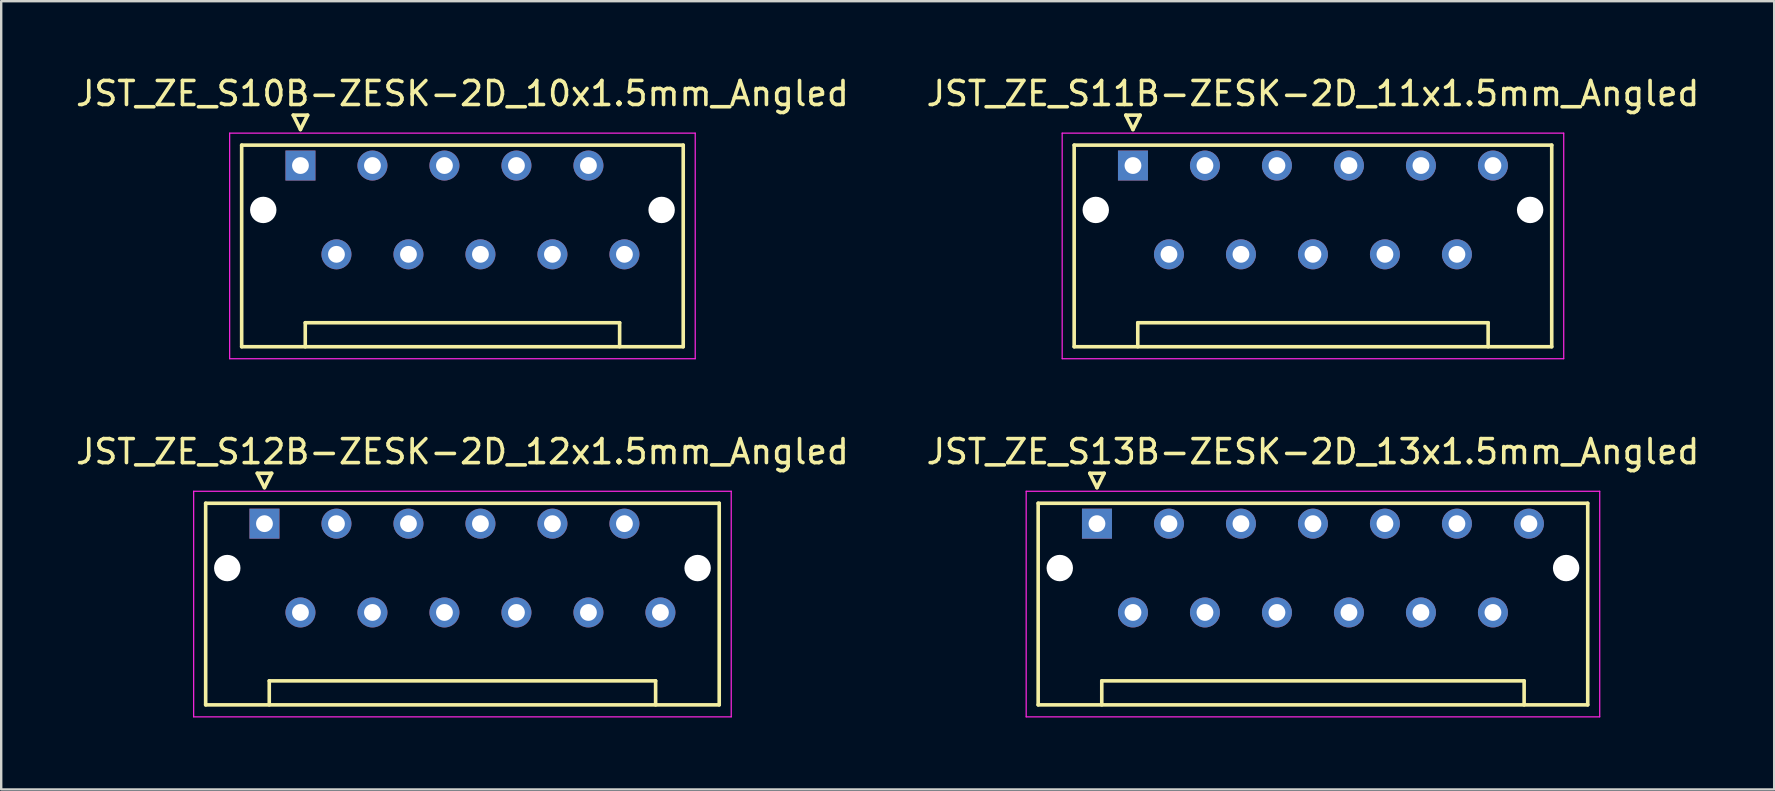
<source format=kicad_pcb>
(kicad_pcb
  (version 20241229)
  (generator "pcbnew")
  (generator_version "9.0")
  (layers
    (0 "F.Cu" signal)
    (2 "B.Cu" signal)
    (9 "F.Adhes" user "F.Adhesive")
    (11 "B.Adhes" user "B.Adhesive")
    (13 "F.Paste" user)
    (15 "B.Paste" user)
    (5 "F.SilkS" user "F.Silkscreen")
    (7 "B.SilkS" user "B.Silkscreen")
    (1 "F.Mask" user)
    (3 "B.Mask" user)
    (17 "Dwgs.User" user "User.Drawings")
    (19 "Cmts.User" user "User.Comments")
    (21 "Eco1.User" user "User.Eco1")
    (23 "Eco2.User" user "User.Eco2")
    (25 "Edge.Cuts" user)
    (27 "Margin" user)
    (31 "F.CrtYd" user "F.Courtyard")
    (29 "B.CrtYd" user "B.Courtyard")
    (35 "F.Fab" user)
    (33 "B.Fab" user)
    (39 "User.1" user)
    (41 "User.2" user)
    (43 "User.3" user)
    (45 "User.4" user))
  (footprint "JST_ZE_S13B-ZESK-2D_13x1.5mm_Angled"
    (layer "F.Cu")
    (at 42.661 18.771)
    (property "Reference" "JST_ZE_S13B-ZESK-2D_13x1.5mm_Angled" (at 9 -3 0) (layer "F.SilkS") (effects (font (size 1 1) (thickness 0.15))))
    (attr through_hole)
    (fp_line (start -2.45 -0.85) (end -2.45 7.55) (stroke (width 0.15) (type solid)) (layer "F.SilkS"))
    (fp_line (start -2.45 7.55) (end 20.45 7.55) (stroke (width 0.15) (type solid)) (layer "F.SilkS"))
    (fp_line (start -0.3 -2.1) (end 0.3 -2.1) (stroke (width 0.15) (type solid)) (layer "F.SilkS"))
    (fp_line (start 0 -1.5) (end -0.3 -2.1) (stroke (width 0.15) (type solid)) (layer "F.SilkS"))
    (fp_line (start 0.2 6.55) (end 17.8 6.55) (stroke (width 0.15) (type solid)) (layer "F.SilkS"))
    (fp_line (start 0.2 7.55) (end 0.2 6.55) (stroke (width 0.15) (type solid)) (layer "F.SilkS"))
    (fp_line (start 0.3 -2.1) (end 0 -1.5) (stroke (width 0.15) (type solid)) (layer "F.SilkS"))
    (fp_line (start 17.8 6.55) (end 17.8 7.55) (stroke (width 0.15) (type solid)) (layer "F.SilkS"))
    (fp_line (start 20.45 -0.85) (end -2.45 -0.85) (stroke (width 0.15) (type solid)) (layer "F.SilkS"))
    (fp_line (start 20.45 7.55) (end 20.45 -0.85) (stroke (width 0.15) (type solid)) (layer "F.SilkS"))
    (fp_line (start -2.95 -1.35) (end -2.95 8.05) (stroke (width 0.05) (type solid)) (layer "F.CrtYd"))
    (fp_line (start -2.95 8.05) (end 20.95 8.05) (stroke (width 0.05) (type solid)) (layer "F.CrtYd"))
    (fp_line (start 20.95 -1.35) (end -2.95 -1.35) (stroke (width 0.05) (type solid)) (layer "F.CrtYd"))
    (fp_line (start 20.95 8.05) (end 20.95 -1.35) (stroke (width 0.05) (type solid)) (layer "F.CrtYd"))
    (pad "" np_thru_hole circle (at -1.55 1.85) (size 1.1 1.1) (drill 1.1) (layers "*.Cu"))
    (pad "" np_thru_hole circle (at 19.55 1.85) (size 1.1 1.1) (drill 1.1) (layers "*.Cu"))
    (pad "1" thru_hole rect (at 0 0) (size 1.25 1.25) (drill 0.7) (layers "*.Cu" "*.Mask"))
    (pad "2" thru_hole circle (at 1.5 3.7) (size 1.25 1.25) (drill 0.7) (layers "*.Cu" "*.Mask"))
    (pad "3" thru_hole circle (at 3 0) (size 1.25 1.25) (drill 0.7) (layers "*.Cu" "*.Mask"))
    (pad "4" thru_hole circle (at 4.5 3.7) (size 1.25 1.25) (drill 0.7) (layers "*.Cu" "*.Mask"))
    (pad "5" thru_hole circle (at 6 0) (size 1.25 1.25) (drill 0.7) (layers "*.Cu" "*.Mask"))
    (pad "6" thru_hole circle (at 7.5 3.7) (size 1.25 1.25) (drill 0.7) (layers "*.Cu" "*.Mask"))
    (pad "7" thru_hole circle (at 9 0) (size 1.25 1.25) (drill 0.7) (layers "*.Cu" "*.Mask"))
    (pad "8" thru_hole circle (at 10.5 3.7) (size 1.25 1.25) (drill 0.7) (layers "*.Cu" "*.Mask"))
    (pad "9" thru_hole circle (at 12 0) (size 1.25 1.25) (drill 0.7) (layers "*.Cu" "*.Mask"))
    (pad "10" thru_hole circle (at 13.5 3.7) (size 1.25 1.25) (drill 0.7) (layers "*.Cu" "*.Mask"))
    (pad "11" thru_hole circle (at 15 0) (size 1.25 1.25) (drill 0.7) (layers "*.Cu" "*.Mask"))
    (pad "12" thru_hole circle (at 16.5 3.7) (size 1.25 1.25) (drill 0.7) (layers "*.Cu" "*.Mask"))
    (pad "13" thru_hole circle (at 18 0) (size 1.25 1.25) (drill 0.7) (layers "*.Cu" "*.Mask")))
  (footprint "JST_ZE_S11B-ZESK-2D_11x1.5mm_Angled"
    (layer "F.Cu")
    (at 44.161 3.848)
    (property "Reference" "JST_ZE_S11B-ZESK-2D_11x1.5mm_Angled" (at 7.5 -3 0) (layer "F.SilkS") (effects (font (size 1 1) (thickness 0.15))))
    (attr through_hole)
    (fp_line (start -2.45 -0.85) (end -2.45 7.55) (stroke (width 0.15) (type solid)) (layer "F.SilkS"))
    (fp_line (start -2.45 7.55) (end 17.45 7.55) (stroke (width 0.15) (type solid)) (layer "F.SilkS"))
    (fp_line (start -0.3 -2.1) (end 0.3 -2.1) (stroke (width 0.15) (type solid)) (layer "F.SilkS"))
    (fp_line (start 0 -1.5) (end -0.3 -2.1) (stroke (width 0.15) (type solid)) (layer "F.SilkS"))
    (fp_line (start 0.2 6.55) (end 14.8 6.55) (stroke (width 0.15) (type solid)) (layer "F.SilkS"))
    (fp_line (start 0.2 7.55) (end 0.2 6.55) (stroke (width 0.15) (type solid)) (layer "F.SilkS"))
    (fp_line (start 0.3 -2.1) (end 0 -1.5) (stroke (width 0.15) (type solid)) (layer "F.SilkS"))
    (fp_line (start 14.8 6.55) (end 14.8 7.55) (stroke (width 0.15) (type solid)) (layer "F.SilkS"))
    (fp_line (start 17.45 -0.85) (end -2.45 -0.85) (stroke (width 0.15) (type solid)) (layer "F.SilkS"))
    (fp_line (start 17.45 7.55) (end 17.45 -0.85) (stroke (width 0.15) (type solid)) (layer "F.SilkS"))
    (fp_line (start -2.95 -1.35) (end -2.95 8.05) (stroke (width 0.05) (type solid)) (layer "F.CrtYd"))
    (fp_line (start -2.95 8.05) (end 17.95 8.05) (stroke (width 0.05) (type solid)) (layer "F.CrtYd"))
    (fp_line (start 17.95 -1.35) (end -2.95 -1.35) (stroke (width 0.05) (type solid)) (layer "F.CrtYd"))
    (fp_line (start 17.95 8.05) (end 17.95 -1.35) (stroke (width 0.05) (type solid)) (layer "F.CrtYd"))
    (pad "" np_thru_hole circle (at -1.55 1.85) (size 1.1 1.1) (drill 1.1) (layers "*.Cu"))
    (pad "" np_thru_hole circle (at 16.55 1.85) (size 1.1 1.1) (drill 1.1) (layers "*.Cu"))
    (pad "1" thru_hole rect (at 0 0) (size 1.25 1.25) (drill 0.7) (layers "*.Cu" "*.Mask"))
    (pad "2" thru_hole circle (at 1.5 3.7) (size 1.25 1.25) (drill 0.7) (layers "*.Cu" "*.Mask"))
    (pad "3" thru_hole circle (at 3 0) (size 1.25 1.25) (drill 0.7) (layers "*.Cu" "*.Mask"))
    (pad "4" thru_hole circle (at 4.5 3.7) (size 1.25 1.25) (drill 0.7) (layers "*.Cu" "*.Mask"))
    (pad "5" thru_hole circle (at 6 0) (size 1.25 1.25) (drill 0.7) (layers "*.Cu" "*.Mask"))
    (pad "6" thru_hole circle (at 7.5 3.7) (size 1.25 1.25) (drill 0.7) (layers "*.Cu" "*.Mask"))
    (pad "7" thru_hole circle (at 9 0) (size 1.25 1.25) (drill 0.7) (layers "*.Cu" "*.Mask"))
    (pad "8" thru_hole circle (at 10.5 3.7) (size 1.25 1.25) (drill 0.7) (layers "*.Cu" "*.Mask"))
    (pad "9" thru_hole circle (at 12 0) (size 1.25 1.25) (drill 0.7) (layers "*.Cu" "*.Mask"))
    (pad "10" thru_hole circle (at 13.5 3.7) (size 1.25 1.25) (drill 0.7) (layers "*.Cu" "*.Mask"))
    (pad "11" thru_hole circle (at 15 0) (size 1.25 1.25) (drill 0.7) (layers "*.Cu" "*.Mask")))
  (footprint "JST_ZE_S12B-ZESK-2D_12x1.5mm_Angled"
    (layer "F.Cu")
    (at 7.97 18.771)
    (property "Reference" "JST_ZE_S12B-ZESK-2D_12x1.5mm_Angled" (at 8.25 -3 0) (layer "F.SilkS") (effects (font (size 1 1) (thickness 0.15))))
    (attr through_hole)
    (fp_line (start -2.45 -0.85) (end -2.45 7.55) (stroke (width 0.15) (type solid)) (layer "F.SilkS"))
    (fp_line (start -2.45 7.55) (end 18.95 7.55) (stroke (width 0.15) (type solid)) (layer "F.SilkS"))
    (fp_line (start -0.3 -2.1) (end 0.3 -2.1) (stroke (width 0.15) (type solid)) (layer "F.SilkS"))
    (fp_line (start 0 -1.5) (end -0.3 -2.1) (stroke (width 0.15) (type solid)) (layer "F.SilkS"))
    (fp_line (start 0.2 6.55) (end 16.3 6.55) (stroke (width 0.15) (type solid)) (layer "F.SilkS"))
    (fp_line (start 0.2 7.55) (end 0.2 6.55) (stroke (width 0.15) (type solid)) (layer "F.SilkS"))
    (fp_line (start 0.3 -2.1) (end 0 -1.5) (stroke (width 0.15) (type solid)) (layer "F.SilkS"))
    (fp_line (start 16.3 6.55) (end 16.3 7.55) (stroke (width 0.15) (type solid)) (layer "F.SilkS"))
    (fp_line (start 18.95 -0.85) (end -2.45 -0.85) (stroke (width 0.15) (type solid)) (layer "F.SilkS"))
    (fp_line (start 18.95 7.55) (end 18.95 -0.85) (stroke (width 0.15) (type solid)) (layer "F.SilkS"))
    (fp_line (start -2.95 -1.35) (end -2.95 8.05) (stroke (width 0.05) (type solid)) (layer "F.CrtYd"))
    (fp_line (start -2.95 8.05) (end 19.45 8.05) (stroke (width 0.05) (type solid)) (layer "F.CrtYd"))
    (fp_line (start 19.45 -1.35) (end -2.95 -1.35) (stroke (width 0.05) (type solid)) (layer "F.CrtYd"))
    (fp_line (start 19.45 8.05) (end 19.45 -1.35) (stroke (width 0.05) (type solid)) (layer "F.CrtYd"))
    (pad "" np_thru_hole circle (at -1.55 1.85) (size 1.1 1.1) (drill 1.1) (layers "*.Cu"))
    (pad "" np_thru_hole circle (at 18.05 1.85) (size 1.1 1.1) (drill 1.1) (layers "*.Cu"))
    (pad "1" thru_hole rect (at 0 0) (size 1.25 1.25) (drill 0.7) (layers "*.Cu" "*.Mask"))
    (pad "2" thru_hole circle (at 1.5 3.7) (size 1.25 1.25) (drill 0.7) (layers "*.Cu" "*.Mask"))
    (pad "3" thru_hole circle (at 3 0) (size 1.25 1.25) (drill 0.7) (layers "*.Cu" "*.Mask"))
    (pad "4" thru_hole circle (at 4.5 3.7) (size 1.25 1.25) (drill 0.7) (layers "*.Cu" "*.Mask"))
    (pad "5" thru_hole circle (at 6 0) (size 1.25 1.25) (drill 0.7) (layers "*.Cu" "*.Mask"))
    (pad "6" thru_hole circle (at 7.5 3.7) (size 1.25 1.25) (drill 0.7) (layers "*.Cu" "*.Mask"))
    (pad "7" thru_hole circle (at 9 0) (size 1.25 1.25) (drill 0.7) (layers "*.Cu" "*.Mask"))
    (pad "8" thru_hole circle (at 10.5 3.7) (size 1.25 1.25) (drill 0.7) (layers "*.Cu" "*.Mask"))
    (pad "9" thru_hole circle (at 12 0) (size 1.25 1.25) (drill 0.7) (layers "*.Cu" "*.Mask"))
    (pad "10" thru_hole circle (at 13.5 3.7) (size 1.25 1.25) (drill 0.7) (layers "*.Cu" "*.Mask"))
    (pad "11" thru_hole circle (at 15 0) (size 1.25 1.25) (drill 0.7) (layers "*.Cu" "*.Mask"))
    (pad "12" thru_hole circle (at 16.5 3.7) (size 1.25 1.25) (drill 0.7) (layers "*.Cu" "*.Mask")))
  (footprint "JST_ZE_S10B-ZESK-2D_10x1.5mm_Angled"
    (layer "F.Cu")
    (at 9.47 3.848)
    (property "Reference" "JST_ZE_S10B-ZESK-2D_10x1.5mm_Angled" (at 6.75 -3 0) (layer "F.SilkS") (effects (font (size 1 1) (thickness 0.15))))
    (attr through_hole)
    (fp_line (start -2.45 -0.85) (end -2.45 7.55) (stroke (width 0.15) (type solid)) (layer "F.SilkS"))
    (fp_line (start -2.45 7.55) (end 15.95 7.55) (stroke (width 0.15) (type solid)) (layer "F.SilkS"))
    (fp_line (start -0.3 -2.1) (end 0.3 -2.1) (stroke (width 0.15) (type solid)) (layer "F.SilkS"))
    (fp_line (start 0 -1.5) (end -0.3 -2.1) (stroke (width 0.15) (type solid)) (layer "F.SilkS"))
    (fp_line (start 0.2 6.55) (end 13.3 6.55) (stroke (width 0.15) (type solid)) (layer "F.SilkS"))
    (fp_line (start 0.2 7.55) (end 0.2 6.55) (stroke (width 0.15) (type solid)) (layer "F.SilkS"))
    (fp_line (start 0.3 -2.1) (end 0 -1.5) (stroke (width 0.15) (type solid)) (layer "F.SilkS"))
    (fp_line (start 13.3 6.55) (end 13.3 7.55) (stroke (width 0.15) (type solid)) (layer "F.SilkS"))
    (fp_line (start 15.95 -0.85) (end -2.45 -0.85) (stroke (width 0.15) (type solid)) (layer "F.SilkS"))
    (fp_line (start 15.95 7.55) (end 15.95 -0.85) (stroke (width 0.15) (type solid)) (layer "F.SilkS"))
    (fp_line (start -2.95 -1.35) (end -2.95 8.05) (stroke (width 0.05) (type solid)) (layer "F.CrtYd"))
    (fp_line (start -2.95 8.05) (end 16.45 8.05) (stroke (width 0.05) (type solid)) (layer "F.CrtYd"))
    (fp_line (start 16.45 -1.35) (end -2.95 -1.35) (stroke (width 0.05) (type solid)) (layer "F.CrtYd"))
    (fp_line (start 16.45 8.05) (end 16.45 -1.35) (stroke (width 0.05) (type solid)) (layer "F.CrtYd"))
    (pad "" np_thru_hole circle (at -1.55 1.85) (size 1.1 1.1) (drill 1.1) (layers "*.Cu"))
    (pad "" np_thru_hole circle (at 15.05 1.85) (size 1.1 1.1) (drill 1.1) (layers "*.Cu"))
    (pad "1" thru_hole rect (at 0 0) (size 1.25 1.25) (drill 0.7) (layers "*.Cu" "*.Mask"))
    (pad "2" thru_hole circle (at 1.5 3.7) (size 1.25 1.25) (drill 0.7) (layers "*.Cu" "*.Mask"))
    (pad "3" thru_hole circle (at 3 0) (size 1.25 1.25) (drill 0.7) (layers "*.Cu" "*.Mask"))
    (pad "4" thru_hole circle (at 4.5 3.7) (size 1.25 1.25) (drill 0.7) (layers "*.Cu" "*.Mask"))
    (pad "5" thru_hole circle (at 6 0) (size 1.25 1.25) (drill 0.7) (layers "*.Cu" "*.Mask"))
    (pad "6" thru_hole circle (at 7.5 3.7) (size 1.25 1.25) (drill 0.7) (layers "*.Cu" "*.Mask"))
    (pad "7" thru_hole circle (at 9 0) (size 1.25 1.25) (drill 0.7) (layers "*.Cu" "*.Mask"))
    (pad "8" thru_hole circle (at 10.5 3.7) (size 1.25 1.25) (drill 0.7) (layers "*.Cu" "*.Mask"))
    (pad "9" thru_hole circle (at 12 0) (size 1.25 1.25) (drill 0.7) (layers "*.Cu" "*.Mask"))
    (pad "10" thru_hole circle (at 13.5 3.7) (size 1.25 1.25) (drill 0.7) (layers "*.Cu" "*.Mask")))
  (gr_rect
    (start -3 -3)
    (end 70.881 29.846)
    (stroke (width 0.1) (type default))
    (fill no)
    (layer "Edge.Cuts")))
</source>
